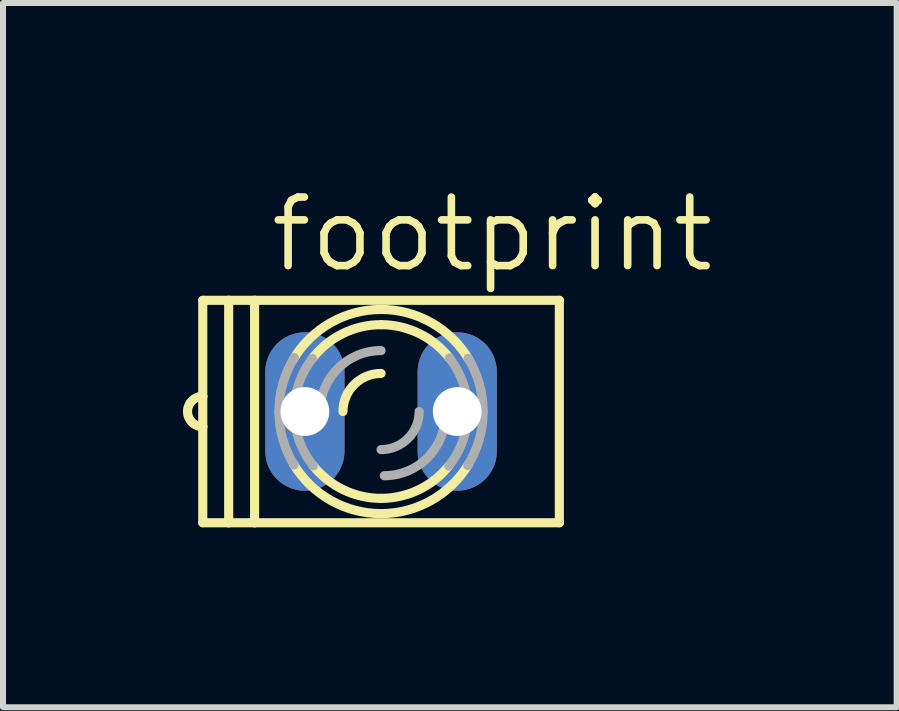
<source format=kicad_pcb>
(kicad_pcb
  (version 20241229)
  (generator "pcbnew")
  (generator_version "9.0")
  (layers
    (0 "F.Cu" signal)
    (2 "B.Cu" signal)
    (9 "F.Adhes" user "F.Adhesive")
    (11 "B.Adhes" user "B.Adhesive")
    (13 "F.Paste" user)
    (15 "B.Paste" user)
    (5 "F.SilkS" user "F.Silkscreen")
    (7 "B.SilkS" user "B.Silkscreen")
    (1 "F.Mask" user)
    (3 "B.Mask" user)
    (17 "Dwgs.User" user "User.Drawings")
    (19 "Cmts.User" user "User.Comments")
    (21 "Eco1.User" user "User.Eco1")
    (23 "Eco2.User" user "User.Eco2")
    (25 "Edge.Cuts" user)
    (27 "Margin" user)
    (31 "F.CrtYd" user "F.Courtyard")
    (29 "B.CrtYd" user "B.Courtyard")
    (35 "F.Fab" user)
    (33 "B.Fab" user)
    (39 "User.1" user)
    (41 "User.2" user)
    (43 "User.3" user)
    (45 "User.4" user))
  (footprint "footprint"
    (layer "F.Cu")
    (at 3.302 3.81)
    (property "Reference" "footprint" (at -1.905 -2.286 0) (layer "F.SilkS") (effects (font (size 1.143 1.143) (thickness 0.127)) (justify left bottom)))
    (fp_line (start -2.972 -0.254) (end -2.972 -1.854) (stroke (width 0.152) (type solid)) (layer "F.SilkS"))
    (fp_line (start -2.972 0.254) (end -2.972 -0.254) (stroke (width 0.152) (type solid)) (layer "F.SilkS"))
    (fp_line (start -2.972 1.854) (end -2.972 0.254) (stroke (width 0.152) (type solid)) (layer "F.SilkS"))
    (fp_line (start -2.54 -1.854) (end -2.972 -1.854) (stroke (width 0.152) (type solid)) (layer "F.SilkS"))
    (fp_line (start -2.54 -1.854) (end -2.108 -1.854) (stroke (width 0.152) (type solid)) (layer "F.SilkS"))
    (fp_line (start -2.54 1.854) (end -2.972 1.854) (stroke (width 0.152) (type solid)) (layer "F.SilkS"))
    (fp_line (start -2.54 1.854) (end -2.54 -1.854) (stroke (width 0.152) (type solid)) (layer "F.SilkS"))
    (fp_line (start -2.108 -1.854) (end -2.108 1.854) (stroke (width 0.152) (type solid)) (layer "F.SilkS"))
    (fp_line (start -2.108 -1.854) (end 2.972 -1.854) (stroke (width 0.152) (type solid)) (layer "F.SilkS"))
    (fp_line (start -2.108 1.854) (end -2.54 1.854) (stroke (width 0.152) (type solid)) (layer "F.SilkS"))
    (fp_line (start 2.972 -1.854) (end 2.972 1.854) (stroke (width 0.152) (type solid)) (layer "F.SilkS"))
    (fp_line (start 2.972 1.854) (end -2.108 1.854) (stroke (width 0.152) (type solid)) (layer "F.SilkS"))
    (fp_arc (start -2.9718 0.254) (mid -3.2258 0) (end -2.9718 -0.254) (stroke (width 0.1524) (type solid)) (layer "F.SilkS"))
    (fp_arc (start -1.4618 -0.8714) (mid -0.840602 -1.479714) (end 0 -1.7018) (stroke (width 0.1524) (type solid)) (layer "F.SilkS"))
    (fp_arc (start -1.1486 -0.8814) (mid -0.640331 -1.298504) (end 0 -1.4478) (stroke (width 0.1524) (type solid)) (layer "F.SilkS"))
    (fp_arc (start -0.635 0) (mid -0.449013 -0.449013) (end 0 -0.635) (stroke (width 0.1524) (type solid)) (layer "F.SilkS"))
    (fp_arc (start 0 -1.7018) (mid 0.845401 -1.476932) (end 1.4674 -0.861801) (stroke (width 0.1524) (type solid)) (layer "F.SilkS"))
    (fp_arc (start 0 -1.4478) (mid 0.639595 -1.298866) (end 1.1476 -0.882699) (stroke (width 0.1524) (type solid)) (layer "F.SilkS"))
    (fp_arc (start 0 1.447799) (mid -0.630468 1.303314) (end -1.1351 0.8987) (stroke (width 0.1524) (type solid)) (layer "F.SilkS"))
    (fp_arc (start 0 1.701801) (mid -0.836616 1.481994) (end -1.4571 0.8793) (stroke (width 0.1524) (type solid)) (layer "F.SilkS"))
    (fp_arc (start 1.1305 0.904401) (mid 0.627152 1.304883) (end 0 1.4478) (stroke (width 0.1524) (type solid)) (layer "F.SilkS"))
    (fp_arc (start 1.4571 0.879299) (mid 0.836616 1.481993) (end 0 1.7018) (stroke (width 0.1524) (type solid)) (layer "F.SilkS"))
    (fp_arc (start -1.7018 0) (mid -1.636273 -0.467764) (end -1.4447 -0.8995) (stroke (width 0.1524) (type solid)) (layer "F.Fab"))
    (fp_arc (start -1.4502 0.8905) (mid -1.637688 0.462679) (end -1.7018 0) (stroke (width 0.1524) (type solid)) (layer "F.Fab"))
    (fp_arc (start -1.4478 0) (mid -1.370171 -0.46773) (end -1.1456 -0.8853) (stroke (width 0.1524) (type solid)) (layer "F.Fab"))
    (fp_arc (start -1.130501 0.9044) (mid -1.36616 0.479218) (end -1.4478 0) (stroke (width 0.1524) (type solid)) (layer "F.Fab"))
    (fp_arc (start -1.016 0) (mid -0.71842 -0.71842) (end 0 -1.016) (stroke (width 0.1524) (type solid)) (layer "F.Fab"))
    (fp_arc (start 0.635 0) (mid 0.449013 0.449013) (end 0 0.635) (stroke (width 0.1524) (type solid)) (layer "F.Fab"))
    (fp_arc (start 1.0699 0.053898) (mid 0.772321 0.772319) (end 0.0539 1.0699) (stroke (width 0.1524) (type solid)) (layer "F.Fab"))
    (fp_arc (start 1.1401 -0.8923) (mid 1.368706 -0.471929) (end 1.4478 0) (stroke (width 0.1524) (type solid)) (layer "F.Fab"))
    (fp_arc (start 1.4478 0) (mid 1.365525 0.481032) (end 1.1281 0.9074) (stroke (width 0.1524) (type solid)) (layer "F.Fab"))
    (fp_arc (start 1.4521 -0.8874) (mid 1.638182 -0.46093) (end 1.7018 0) (stroke (width 0.1524) (type solid)) (layer "F.Fab"))
    (fp_arc (start 1.7018 0) (mid 1.636576 0.466635) (end 1.4459 0.8975) (stroke (width 0.1524) (type solid)) (layer "F.Fab"))
    (pad "A" thru_hole oval (at 1.27 0 90) (size 2.642 1.321) (drill 0.813) (layers "*.Cu" "*.Mask"))
    (pad "K" thru_hole oval (at -1.27 0 90) (size 2.642 1.321) (drill 0.813) (layers "*.Cu" "*.Mask")))
  (gr_rect
    (start -3 -3)
    (end 11.897 8.74)
    (stroke (width 0.1) (type default))
    (fill no)
    (layer "Edge.Cuts")))
</source>
